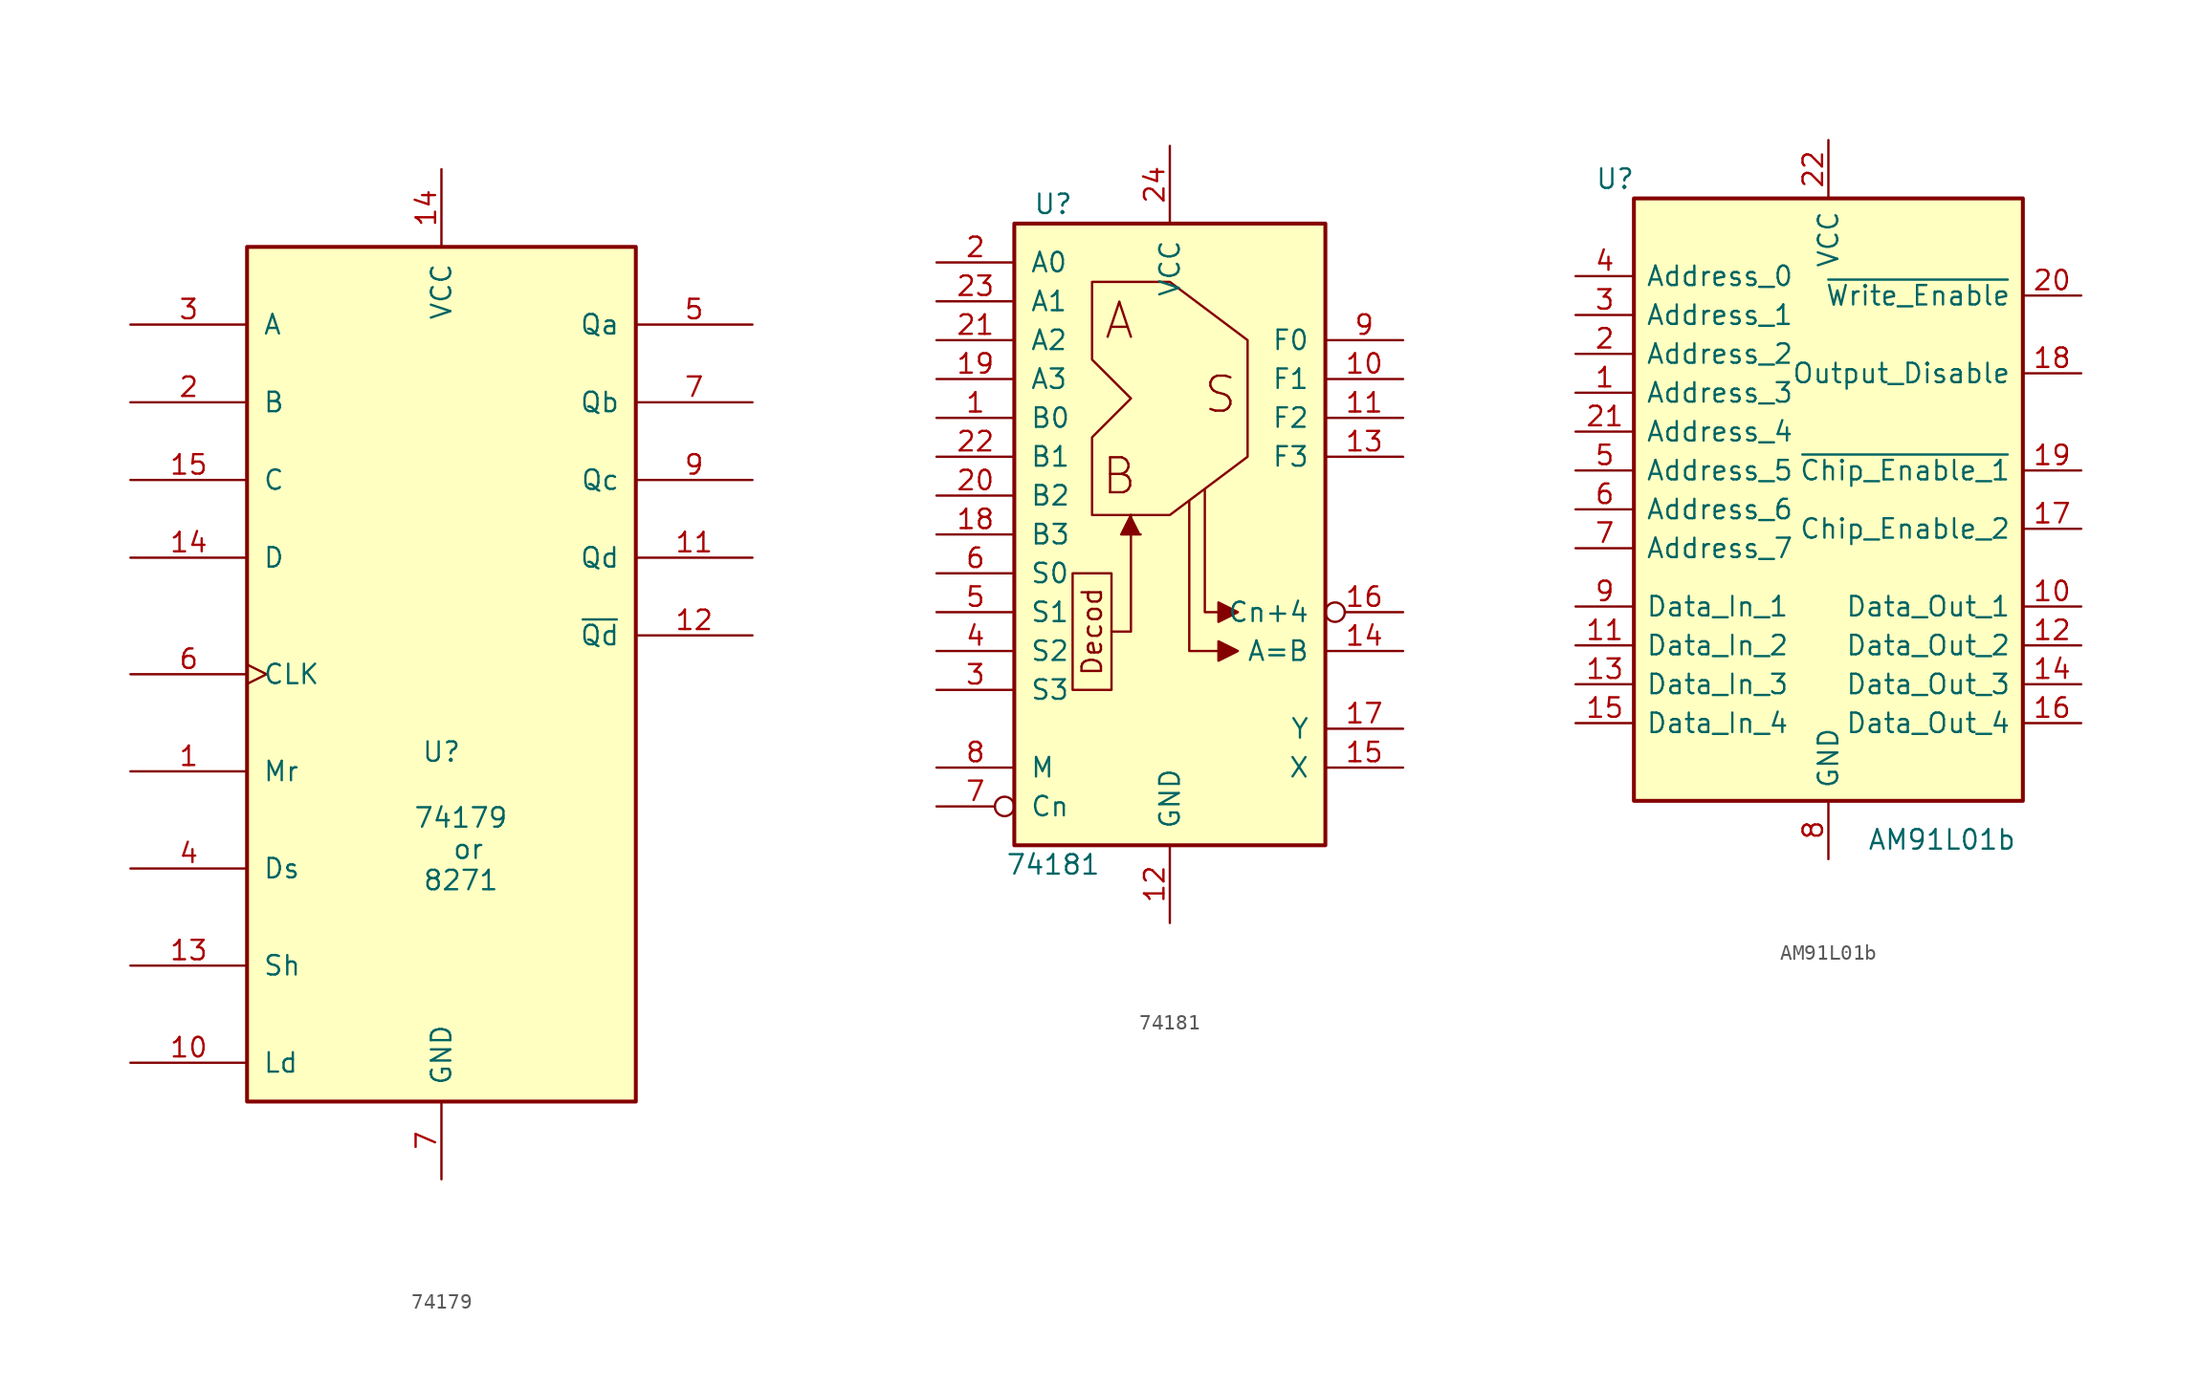
<source format=kicad_sym>
(kicad_symbol_lib
  (version 20220914)
  (generator kicad_symbol_editor)
  (symbol "74179"
    (pin_names
      (offset 1.016))
    (property "Reference" "U"
      (at 0 -5.08 0)
      (effects (font (size 1.27 1.27))))
    (property "Value" "74179\n or\n8271"
      (at 1.27 -11.43 0)
      (effects (font (size 1.27 1.27))))
    (symbol "74179_0_1"
      (rectangle (start -12.7 27.94) (end 12.7 -27.94) (stroke (width 0.254) (type default)) (fill (type background)))
      (pin power_in line (at 0 33.02 270) (length 5.08) (name "VCC" (effects (font (size 1.27 1.27)))) (number "14" (effects (font (size 1.27 1.27)))))
      (pin power_in line (at 0 -33.02 90) (length 5.08) (name "GND" (effects (font (size 1.27 1.27)))) (number "7" (effects (font (size 1.27 1.27))))))
    (symbol "74179_1_1"
      (pin input line (at -20.32 -6.35 0) (length 7.62) (name "Mr" (effects (font (size 1.27 1.27)))) (number "1" (effects (font (size 1.27 1.27)))))
      (pin input line (at -20.32 -25.4 0) (length 7.62) (name "Ld" (effects (font (size 1.27 1.27)))) (number "10" (effects (font (size 1.27 1.27)))))
      (pin output line (at 20.32 7.62 180) (length 7.62) (name "Qd" (effects (font (size 1.27 1.27)))) (number "11" (effects (font (size 1.27 1.27)))))
      (pin output line (at 20.32 2.54 180) (length 7.62) (name "~{Qd}" (effects (font (size 1.27 1.27)))) (number "12" (effects (font (size 1.27 1.27)))))
      (pin input line (at -20.32 -19.05 0) (length 7.62) (name "Sh" (effects (font (size 1.27 1.27)))) (number "13" (effects (font (size 1.27 1.27)))))
      (pin input line (at -20.32 7.62 0) (length 7.62) (name "D" (effects (font (size 1.27 1.27)))) (number "14" (effects (font (size 1.27 1.27)))))
      (pin input line (at -20.32 12.7 0) (length 7.62) (name "C" (effects (font (size 1.27 1.27)))) (number "15" (effects (font (size 1.27 1.27)))))
      (pin input line (at -20.32 17.78 0) (length 7.62) (name "B" (effects (font (size 1.27 1.27)))) (number "2" (effects (font (size 1.27 1.27)))))
      (pin input line (at -20.32 22.86 0) (length 7.62) (name "A" (effects (font (size 1.27 1.27)))) (number "3" (effects (font (size 1.27 1.27)))))
      (pin input line (at -20.32 -12.7 0) (length 7.62) (name "Ds" (effects (font (size 1.27 1.27)))) (number "4" (effects (font (size 1.27 1.27)))))
      (pin output line (at 20.32 22.86 180) (length 7.62) (name "Qa" (effects (font (size 1.27 1.27)))) (number "5" (effects (font (size 1.27 1.27)))))
      (pin input clock (at -20.32 0 0) (length 7.62) (name "CLK" (effects (font (size 1.27 1.27)))) (number "6" (effects (font (size 1.27 1.27)))))
      (pin output line (at 20.32 17.78 180) (length 7.62) (name "Qb" (effects (font (size 1.27 1.27)))) (number "7" (effects (font (size 1.27 1.27)))))
      (pin output line (at 20.32 12.7 180) (length 7.62) (name "Qc" (effects (font (size 1.27 1.27)))) (number "9" (effects (font (size 1.27 1.27)))))))
  (symbol "74181"
    (pin_names
      (offset 1.016))
    (property "Reference" "U"
      (at -7.62 21.59 0)
      (effects (font (size 1.27 1.27))))
    (property "Value" "74181"
      (at -7.62 -21.59 0)
      (effects (font (size 1.27 1.27))))
    (symbol "74181_1_0"
      (polyline (pts (xy -3.81 -6.35) (xy -2.54 -6.35) (xy -2.54 1.27)) (stroke (width 0) (type default)) (fill (type none)))
      (polyline (pts (xy -2.54 1.27) (xy -3.175 0) (xy -1.905 0)) (stroke (width 0) (type default)) (fill (type outline)))
      (polyline (pts (xy 1.27 2.159) (xy 1.27 -7.62) (xy 3.175 -7.62)) (stroke (width 0) (type default)) (fill (type none)))
      (polyline (pts (xy 3.175 -5.08) (xy 2.286 -5.08) (xy 2.286 2.921)) (stroke (width 0) (type default)) (fill (type none)))
      (polyline (pts (xy 4.445 -7.62) (xy 3.175 -6.985) (xy 3.175 -8.255) (xy 4.445 -7.62)) (stroke (width 0) (type default)) (fill (type outline)))
      (polyline (pts (xy 4.445 -5.08) (xy 3.175 -4.445) (xy 3.175 -5.715) (xy 4.445 -5.08)) (stroke (width 0) (type default)) (fill (type outline)))
      (polyline (pts (xy -6.35 -2.54) (xy -6.35 -10.16) (xy -3.81 -10.16) (xy -3.81 -2.54) (xy -6.35 -2.54)) (stroke (width 0) (type default)) (fill (type none)))
      (polyline (pts (xy -5.08 16.51) (xy -5.08 11.43) (xy -2.54 8.89) (xy -5.08 6.35) (xy -5.08 1.27) (xy 0 1.27) (xy 5.08 5.08) (xy 5.08 12.7) (xy 0 16.51) (xy -5.08 16.51)) (stroke (width 0) (type default)) (fill (type none)))
      (text "A" (at -3.302 13.97 0) (effects (font (size 2.286 2.286))))
      (text "B" (at -3.302 3.81 0) (effects (font (size 2.286 2.286))))
      (text "Decod" (at -5.08 -6.35 900) (effects (font (size 1.27 1.27))))
      (text "S" (at 3.302 9.144 0) (effects (font (size 2.286 2.286))))
      (pin input line (at -15.24 7.62 0) (length 5.08) (name "B0" (effects (font (size 1.27 1.27)))) (number "1" (effects (font (size 1.27 1.27)))))
      (pin output line (at 15.24 10.16 180) (length 5.08) (name "F1" (effects (font (size 1.27 1.27)))) (number "10" (effects (font (size 1.27 1.27)))))
      (pin output line (at 15.24 7.62 180) (length 5.08) (name "F2" (effects (font (size 1.27 1.27)))) (number "11" (effects (font (size 1.27 1.27)))))
      (pin power_in line (at 0 -25.4 90) (length 5.08) (name "GND" (effects (font (size 1.27 1.27)))) (number "12" (effects (font (size 1.27 1.27)))))
      (pin output line (at 15.24 5.08 180) (length 5.08) (name "F3" (effects (font (size 1.27 1.27)))) (number "13" (effects (font (size 1.27 1.27)))))
      (pin output line (at 15.24 -7.62 180) (length 5.08) (name "A=B" (effects (font (size 1.27 1.27)))) (number "14" (effects (font (size 1.27 1.27)))))
      (pin output line (at 15.24 -15.24 180) (length 5.08) (name "X" (effects (font (size 1.27 1.27)))) (number "15" (effects (font (size 1.27 1.27)))))
      (pin output inverted (at 15.24 -5.08 180) (length 5.08) (name "Cn+4" (effects (font (size 1.27 1.27)))) (number "16" (effects (font (size 1.27 1.27)))))
      (pin output line (at 15.24 -12.7 180) (length 5.08) (name "Y" (effects (font (size 1.27 1.27)))) (number "17" (effects (font (size 1.27 1.27)))))
      (pin input line (at -15.24 0 0) (length 5.08) (name "B3" (effects (font (size 1.27 1.27)))) (number "18" (effects (font (size 1.27 1.27)))))
      (pin input line (at -15.24 10.16 0) (length 5.08) (name "A3" (effects (font (size 1.27 1.27)))) (number "19" (effects (font (size 1.27 1.27)))))
      (pin input line (at -15.24 17.78 0) (length 5.08) (name "A0" (effects (font (size 1.27 1.27)))) (number "2" (effects (font (size 1.27 1.27)))))
      (pin input line (at -15.24 2.54 0) (length 5.08) (name "B2" (effects (font (size 1.27 1.27)))) (number "20" (effects (font (size 1.27 1.27)))))
      (pin input line (at -15.24 12.7 0) (length 5.08) (name "A2" (effects (font (size 1.27 1.27)))) (number "21" (effects (font (size 1.27 1.27)))))
      (pin input line (at -15.24 5.08 0) (length 5.08) (name "B1" (effects (font (size 1.27 1.27)))) (number "22" (effects (font (size 1.27 1.27)))))
      (pin input line (at -15.24 15.24 0) (length 5.08) (name "A1" (effects (font (size 1.27 1.27)))) (number "23" (effects (font (size 1.27 1.27)))))
      (pin power_in line (at 0 25.4 270) (length 5.08) (name "VCC" (effects (font (size 1.27 1.27)))) (number "24" (effects (font (size 1.27 1.27)))))
      (pin input line (at -15.24 -10.16 0) (length 5.08) (name "S3" (effects (font (size 1.27 1.27)))) (number "3" (effects (font (size 1.27 1.27)))))
      (pin input line (at -15.24 -7.62 0) (length 5.08) (name "S2" (effects (font (size 1.27 1.27)))) (number "4" (effects (font (size 1.27 1.27)))))
      (pin input line (at -15.24 -5.08 0) (length 5.08) (name "S1" (effects (font (size 1.27 1.27)))) (number "5" (effects (font (size 1.27 1.27)))))
      (pin input line (at -15.24 -2.54 0) (length 5.08) (name "S0" (effects (font (size 1.27 1.27)))) (number "6" (effects (font (size 1.27 1.27)))))
      (pin input inverted (at -15.24 -17.78 0) (length 5.08) (name "Cn" (effects (font (size 1.27 1.27)))) (number "7" (effects (font (size 1.27 1.27)))))
      (pin input line (at -15.24 -15.24 0) (length 5.08) (name "M" (effects (font (size 1.27 1.27)))) (number "8" (effects (font (size 1.27 1.27)))))
      (pin output line (at 15.24 12.7 180) (length 5.08) (name "F0" (effects (font (size 1.27 1.27)))) (number "9" (effects (font (size 1.27 1.27))))))
    (symbol "74181_1_1"
      (rectangle (start -10.16 20.32) (end 10.16 -20.32) (stroke (width 0.254) (type default)) (fill (type background)))))
  (symbol "AM91L01b"
    (pin_names
      (offset 0.762))
    (property "Reference" "U"
      (at -15.24 20.32 0)
      (effects (font (size 1.27 1.27)) (justify left)))
    (property "Value" "AM91L01b"
      (at 2.54 -22.86 0)
      (effects (font (size 1.27 1.27)) (justify left)))
    (symbol "AM91L01b_0_1"
      (rectangle (start -12.7 19.05) (end 12.7 -20.32) (stroke (width 0.254) (type default)) (fill (type background))))
    (symbol "AM91L01b_1_1"
      (pin input line (at -16.51 6.35 0) (length 3.81) (name "Address_3" (effects (font (size 1.27 1.27)))) (number "1" (effects (font (size 1.27 1.27)))))
      (pin output line (at 16.51 -7.62 180) (length 3.81) (name "Data_Out_1" (effects (font (size 1.27 1.27)))) (number "10" (effects (font (size 1.27 1.27)))))
      (pin input line (at -16.51 -10.16 0) (length 3.81) (name "Data_In_2" (effects (font (size 1.27 1.27)))) (number "11" (effects (font (size 1.27 1.27)))))
      (pin output line (at 16.51 -10.16 180) (length 3.81) (name "Data_Out_2" (effects (font (size 1.27 1.27)))) (number "12" (effects (font (size 1.27 1.27)))))
      (pin input line (at -16.51 -12.7 0) (length 3.81) (name "Data_In_3" (effects (font (size 1.27 1.27)))) (number "13" (effects (font (size 1.27 1.27)))))
      (pin output line (at 16.51 -12.7 180) (length 3.81) (name "Data_Out_3" (effects (font (size 1.27 1.27)))) (number "14" (effects (font (size 1.27 1.27)))))
      (pin input line (at -16.51 -15.24 0) (length 3.81) (name "Data_In_4" (effects (font (size 1.27 1.27)))) (number "15" (effects (font (size 1.27 1.27)))))
      (pin output line (at 16.51 -15.24 180) (length 3.81) (name "Data_Out_4" (effects (font (size 1.27 1.27)))) (number "16" (effects (font (size 1.27 1.27)))))
      (pin input line (at 16.51 -2.54 180) (length 3.81) (name "Chip_Enable_2" (effects (font (size 1.27 1.27)))) (number "17" (effects (font (size 1.27 1.27)))))
      (pin input line (at 16.51 7.62 180) (length 3.81) (name "Output_Disable" (effects (font (size 1.27 1.27)))) (number "18" (effects (font (size 1.27 1.27)))))
      (pin input line (at 16.51 1.27 180) (length 3.81) (name "~{Chip_Enable_1}" (effects (font (size 1.27 1.27)))) (number "19" (effects (font (size 1.27 1.27)))))
      (pin input line (at -16.51 8.89 0) (length 3.81) (name "Address_2" (effects (font (size 1.27 1.27)))) (number "2" (effects (font (size 1.27 1.27)))))
      (pin input line (at 16.51 12.7 180) (length 3.81) (name "~{Write_Enable}" (effects (font (size 1.27 1.27)))) (number "20" (effects (font (size 1.27 1.27)))))
      (pin input line (at -16.51 3.81 0) (length 3.81) (name "Address_4" (effects (font (size 1.27 1.27)))) (number "21" (effects (font (size 1.27 1.27)))))
      (pin power_in line (at 0 22.86 270) (length 3.81) (name "VCC" (effects (font (size 1.27 1.27)))) (number "22" (effects (font (size 1.27 1.27)))))
      (pin input line (at -16.51 11.43 0) (length 3.81) (name "Address_1" (effects (font (size 1.27 1.27)))) (number "3" (effects (font (size 1.27 1.27)))))
      (pin input line (at -16.51 13.97 0) (length 3.81) (name "Address_0" (effects (font (size 1.27 1.27)))) (number "4" (effects (font (size 1.27 1.27)))))
      (pin input line (at -16.51 1.27 0) (length 3.81) (name "Address_5" (effects (font (size 1.27 1.27)))) (number "5" (effects (font (size 1.27 1.27)))))
      (pin input line (at -16.51 -1.27 0) (length 3.81) (name "Address_6" (effects (font (size 1.27 1.27)))) (number "6" (effects (font (size 1.27 1.27)))))
      (pin input line (at -16.51 -3.81 0) (length 3.81) (name "Address_7" (effects (font (size 1.27 1.27)))) (number "7" (effects (font (size 1.27 1.27)))))
      (pin power_in line (at 0 -24.13 90) (length 3.81) (name "GND" (effects (font (size 1.27 1.27)))) (number "8" (effects (font (size 1.27 1.27)))))
      (pin input line (at -16.51 -7.62 0) (length 3.81) (name "Data_In_1" (effects (font (size 1.27 1.27)))) (number "9" (effects (font (size 1.27 1.27))))))))
</source>
